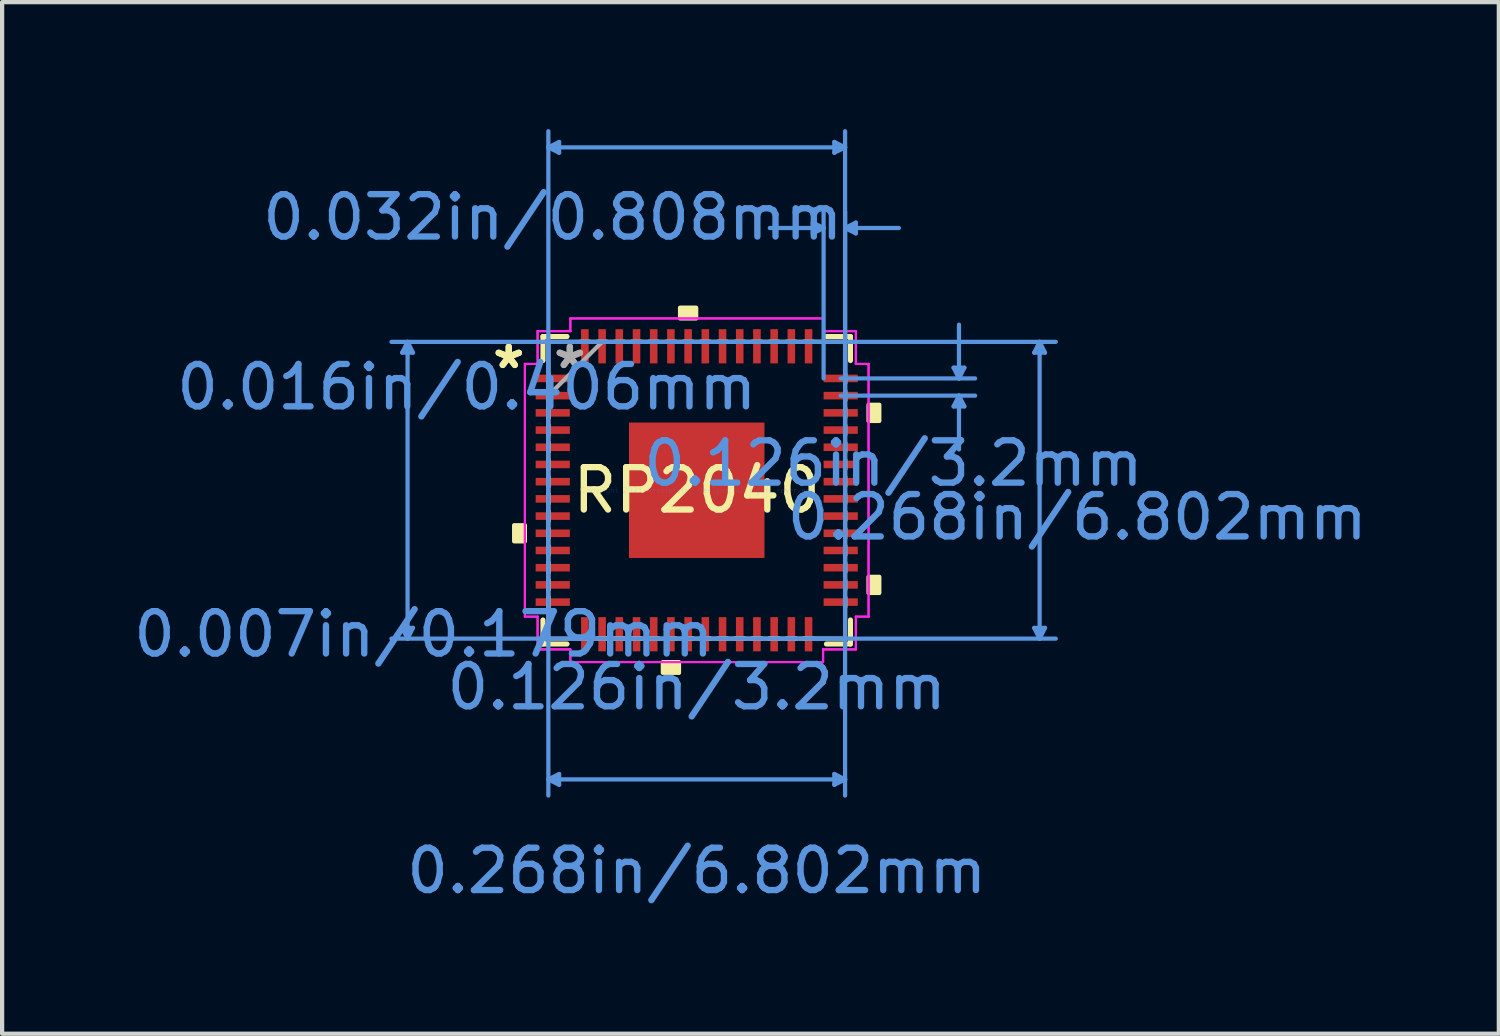
<source format=kicad_pcb>
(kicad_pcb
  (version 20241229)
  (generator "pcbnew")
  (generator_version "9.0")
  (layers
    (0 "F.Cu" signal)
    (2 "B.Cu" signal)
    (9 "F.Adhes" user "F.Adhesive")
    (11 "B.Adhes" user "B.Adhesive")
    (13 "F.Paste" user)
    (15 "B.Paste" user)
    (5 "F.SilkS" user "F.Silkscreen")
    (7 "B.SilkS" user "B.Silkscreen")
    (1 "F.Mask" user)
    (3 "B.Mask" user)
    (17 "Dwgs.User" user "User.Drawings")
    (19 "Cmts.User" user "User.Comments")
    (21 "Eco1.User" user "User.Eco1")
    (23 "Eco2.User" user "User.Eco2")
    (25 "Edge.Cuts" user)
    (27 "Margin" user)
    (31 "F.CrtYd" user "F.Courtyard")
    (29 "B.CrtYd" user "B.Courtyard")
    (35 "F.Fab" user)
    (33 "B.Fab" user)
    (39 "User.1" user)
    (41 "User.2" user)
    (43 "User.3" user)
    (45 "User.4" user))
  (footprint "RP2040"
    (layer "F.Cu")
    (at 13.408 8.531)
    (property "Reference" "RP2040" (at 0 0 0) (layer "F.SilkS") (effects (font (size 1 1) (thickness 0.15))))
    (attr through_hole)
    (fp_line (start -3.632 -3.632) (end -3.632 -3.064) (stroke (width 0.12) (type solid)) (layer "F.SilkS"))
    (fp_line (start -3.632 3.064) (end -3.632 3.632) (stroke (width 0.12) (type solid)) (layer "F.SilkS"))
    (fp_line (start -3.632 3.632) (end -3.064 3.632) (stroke (width 0.12) (type solid)) (layer "F.SilkS"))
    (fp_line (start -3.064 -3.632) (end -3.632 -3.632) (stroke (width 0.12) (type solid)) (layer "F.SilkS"))
    (fp_line (start 3.064 3.632) (end 3.632 3.632) (stroke (width 0.12) (type solid)) (layer "F.SilkS"))
    (fp_line (start 3.632 -3.632) (end 3.064 -3.632) (stroke (width 0.12) (type solid)) (layer "F.SilkS"))
    (fp_line (start 3.632 -3.064) (end 3.632 -3.632) (stroke (width 0.12) (type solid)) (layer "F.SilkS"))
    (fp_line (start 3.632 3.632) (end 3.632 3.064) (stroke (width 0.12) (type solid)) (layer "F.SilkS"))
    (fp_poly (pts (xy -4.313 0.826) (xy -4.313 1.206) (xy -4.059 1.206) (xy -4.059 0.826)) (stroke (width 0.1) (type solid)) (fill yes) (layer "F.SilkS"))
    (fp_poly (pts (xy -0.8 4.059) (xy -0.8 4.313) (xy -0.419 4.313) (xy -0.419 4.059)) (stroke (width 0.1) (type solid)) (fill yes) (layer "F.SilkS"))
    (fp_poly (pts (xy -0.394 -4.059) (xy -0.394 -4.313) (xy -0.013 -4.313) (xy -0.013 -4.059)) (stroke (width 0.1) (type solid)) (fill yes) (layer "F.SilkS"))
    (fp_poly (pts (xy 4.313 -2.019) (xy 4.313 -1.638) (xy 4.059 -1.638) (xy 4.059 -2.019)) (stroke (width 0.1) (type solid)) (fill yes) (layer "F.SilkS"))
    (fp_poly (pts (xy 4.313 2.045) (xy 4.313 2.426) (xy 4.059 2.426) (xy 4.059 2.045)) (stroke (width 0.1) (type solid)) (fill yes) (layer "F.SilkS"))
    (fp_poly (pts (xy -1.5 -1.5) (xy -1.5 -0.1) (xy -0.1 -0.1) (xy -0.1 -1.5)) (stroke (width 0.1) (type solid)) (fill yes) (layer "F.Paste"))
    (fp_poly (pts (xy -1.5 0.1) (xy -1.5 1.5) (xy -0.1 1.5) (xy -0.1 0.1)) (stroke (width 0.1) (type solid)) (fill yes) (layer "F.Paste"))
    (fp_poly (pts (xy 0.1 -1.5) (xy 0.1 -0.1) (xy 1.5 -0.1) (xy 1.5 -1.5)) (stroke (width 0.1) (type solid)) (fill yes) (layer "F.Paste"))
    (fp_poly (pts (xy 0.1 0.1) (xy 0.1 1.5) (xy 1.5 1.5) (xy 1.5 0.1)) (stroke (width 0.1) (type solid)) (fill yes) (layer "F.Paste"))
    (fp_line (start -6.957 -3.251) (end -6.703 -3.251) (stroke (width 0.1) (type solid)) (layer "Cmts.User"))
    (fp_line (start -6.957 3.251) (end -6.703 3.251) (stroke (width 0.1) (type solid)) (layer "Cmts.User"))
    (fp_line (start -6.83 -3.505) (end -6.957 -3.251) (stroke (width 0.1) (type solid)) (layer "Cmts.User"))
    (fp_line (start -6.83 -3.505) (end -6.83 3.505) (stroke (width 0.1) (type solid)) (layer "Cmts.User"))
    (fp_line (start -6.83 -3.505) (end -6.703 -3.251) (stroke (width 0.1) (type solid)) (layer "Cmts.User"))
    (fp_line (start -6.83 3.505) (end -6.957 3.251) (stroke (width 0.1) (type solid)) (layer "Cmts.User"))
    (fp_line (start -6.83 3.505) (end -6.703 3.251) (stroke (width 0.1) (type solid)) (layer "Cmts.User"))
    (fp_line (start -3.505 -8.1) (end -3.251 -8.227) (stroke (width 0.1) (type solid)) (layer "Cmts.User"))
    (fp_line (start -3.505 -8.1) (end -3.251 -7.973) (stroke (width 0.1) (type solid)) (layer "Cmts.User"))
    (fp_line (start -3.505 -8.1) (end 3.505 -8.1) (stroke (width 0.1) (type solid)) (layer "Cmts.User"))
    (fp_line (start -3.505 -3.505) (end -3.505 7.211) (stroke (width 0.1) (type solid)) (layer "Cmts.User"))
    (fp_line (start -3.505 -2.642) (end -3.505 -8.481) (stroke (width 0.1) (type solid)) (layer "Cmts.User"))
    (fp_line (start -3.505 6.83) (end -3.251 6.703) (stroke (width 0.1) (type solid)) (layer "Cmts.User"))
    (fp_line (start -3.505 6.83) (end -3.251 6.957) (stroke (width 0.1) (type solid)) (layer "Cmts.User"))
    (fp_line (start -3.505 6.83) (end 3.505 6.83) (stroke (width 0.1) (type solid)) (layer "Cmts.User"))
    (fp_line (start -3.251 -8.227) (end -3.251 -7.973) (stroke (width 0.1) (type solid)) (layer "Cmts.User"))
    (fp_line (start -3.251 6.703) (end -3.251 6.957) (stroke (width 0.1) (type solid)) (layer "Cmts.User"))
    (fp_line (start 2.642 -3.505) (end 8.481 -3.505) (stroke (width 0.1) (type solid)) (layer "Cmts.User"))
    (fp_line (start 2.642 3.505) (end 8.481 3.505) (stroke (width 0.1) (type solid)) (layer "Cmts.User"))
    (fp_line (start 2.743 -6.322) (end 2.743 -6.068) (stroke (width 0.1) (type solid)) (layer "Cmts.User"))
    (fp_line (start 2.997 -6.195) (end 1.727 -6.195) (stroke (width 0.1) (type solid)) (layer "Cmts.User"))
    (fp_line (start 2.997 -6.195) (end 2.743 -6.322) (stroke (width 0.1) (type solid)) (layer "Cmts.User"))
    (fp_line (start 2.997 -6.195) (end 2.743 -6.068) (stroke (width 0.1) (type solid)) (layer "Cmts.User"))
    (fp_line (start 2.997 -2.642) (end 2.997 -6.576) (stroke (width 0.1) (type solid)) (layer "Cmts.User"))
    (fp_line (start 3.251 -8.227) (end 3.251 -7.973) (stroke (width 0.1) (type solid)) (layer "Cmts.User"))
    (fp_line (start 3.251 6.703) (end 3.251 6.957) (stroke (width 0.1) (type solid)) (layer "Cmts.User"))
    (fp_line (start 3.401 -2.642) (end 6.576 -2.642) (stroke (width 0.1) (type solid)) (layer "Cmts.User"))
    (fp_line (start 3.401 -2.235) (end 6.576 -2.235) (stroke (width 0.1) (type solid)) (layer "Cmts.User"))
    (fp_line (start 3.505 -8.1) (end 3.251 -8.227) (stroke (width 0.1) (type solid)) (layer "Cmts.User"))
    (fp_line (start 3.505 -8.1) (end 3.251 -7.973) (stroke (width 0.1) (type solid)) (layer "Cmts.User"))
    (fp_line (start 3.505 -6.195) (end 3.759 -6.322) (stroke (width 0.1) (type solid)) (layer "Cmts.User"))
    (fp_line (start 3.505 -6.195) (end 3.759 -6.068) (stroke (width 0.1) (type solid)) (layer "Cmts.User"))
    (fp_line (start 3.505 -6.195) (end 4.775 -6.195) (stroke (width 0.1) (type solid)) (layer "Cmts.User"))
    (fp_line (start 3.505 -3.505) (end -7.211 -3.505) (stroke (width 0.1) (type solid)) (layer "Cmts.User"))
    (fp_line (start 3.505 -3.505) (end 3.505 7.211) (stroke (width 0.1) (type solid)) (layer "Cmts.User"))
    (fp_line (start 3.505 -2.642) (end 3.505 -8.481) (stroke (width 0.1) (type solid)) (layer "Cmts.User"))
    (fp_line (start 3.505 -2.642) (end 3.505 -6.576) (stroke (width 0.1) (type solid)) (layer "Cmts.User"))
    (fp_line (start 3.505 3.505) (end -7.211 3.505) (stroke (width 0.1) (type solid)) (layer "Cmts.User"))
    (fp_line (start 3.505 6.83) (end 3.251 6.703) (stroke (width 0.1) (type solid)) (layer "Cmts.User"))
    (fp_line (start 3.505 6.83) (end 3.251 6.957) (stroke (width 0.1) (type solid)) (layer "Cmts.User"))
    (fp_line (start 3.759 -6.322) (end 3.759 -6.068) (stroke (width 0.1) (type solid)) (layer "Cmts.User"))
    (fp_line (start 6.068 -2.896) (end 6.322 -2.896) (stroke (width 0.1) (type solid)) (layer "Cmts.User"))
    (fp_line (start 6.068 -1.981) (end 6.322 -1.981) (stroke (width 0.1) (type solid)) (layer "Cmts.User"))
    (fp_line (start 6.195 -2.642) (end 6.068 -2.896) (stroke (width 0.1) (type solid)) (layer "Cmts.User"))
    (fp_line (start 6.195 -2.642) (end 6.195 -3.912) (stroke (width 0.1) (type solid)) (layer "Cmts.User"))
    (fp_line (start 6.195 -2.642) (end 6.322 -2.896) (stroke (width 0.1) (type solid)) (layer "Cmts.User"))
    (fp_line (start 6.195 -2.235) (end 6.068 -1.981) (stroke (width 0.1) (type solid)) (layer "Cmts.User"))
    (fp_line (start 6.195 -2.235) (end 6.195 -0.965) (stroke (width 0.1) (type solid)) (layer "Cmts.User"))
    (fp_line (start 6.195 -2.235) (end 6.322 -1.981) (stroke (width 0.1) (type solid)) (layer "Cmts.User"))
    (fp_line (start 7.973 -3.251) (end 8.227 -3.251) (stroke (width 0.1) (type solid)) (layer "Cmts.User"))
    (fp_line (start 7.973 3.251) (end 8.227 3.251) (stroke (width 0.1) (type solid)) (layer "Cmts.User"))
    (fp_line (start 8.1 -3.505) (end 7.973 -3.251) (stroke (width 0.1) (type solid)) (layer "Cmts.User"))
    (fp_line (start 8.1 -3.505) (end 8.1 3.505) (stroke (width 0.1) (type solid)) (layer "Cmts.User"))
    (fp_line (start 8.1 -3.505) (end 8.227 -3.251) (stroke (width 0.1) (type solid)) (layer "Cmts.User"))
    (fp_line (start 8.1 3.505) (end 7.973 3.251) (stroke (width 0.1) (type solid)) (layer "Cmts.User"))
    (fp_line (start 8.1 3.505) (end 8.227 3.251) (stroke (width 0.1) (type solid)) (layer "Cmts.User"))
    (fp_line (start -4.059 -2.985) (end -3.759 -2.985) (stroke (width 0.05) (type solid)) (layer "F.CrtYd"))
    (fp_line (start -4.059 -2.985) (end -3.759 -2.985) (stroke (width 0.05) (type solid)) (layer "F.CrtYd"))
    (fp_line (start -4.059 2.985) (end -4.059 -2.985) (stroke (width 0.05) (type solid)) (layer "F.CrtYd"))
    (fp_line (start -4.059 2.985) (end -4.059 -2.985) (stroke (width 0.05) (type solid)) (layer "F.CrtYd"))
    (fp_line (start -3.759 -3.759) (end -2.985 -3.759) (stroke (width 0.05) (type solid)) (layer "F.CrtYd"))
    (fp_line (start -3.759 -3.759) (end -2.985 -3.759) (stroke (width 0.05) (type solid)) (layer "F.CrtYd"))
    (fp_line (start -3.759 -2.985) (end -3.759 -3.759) (stroke (width 0.05) (type solid)) (layer "F.CrtYd"))
    (fp_line (start -3.759 -2.985) (end -3.759 -3.759) (stroke (width 0.05) (type solid)) (layer "F.CrtYd"))
    (fp_line (start -3.759 2.985) (end -4.059 2.985) (stroke (width 0.05) (type solid)) (layer "F.CrtYd"))
    (fp_line (start -3.759 2.985) (end -4.059 2.985) (stroke (width 0.05) (type solid)) (layer "F.CrtYd"))
    (fp_line (start -3.759 3.759) (end -3.759 2.985) (stroke (width 0.05) (type solid)) (layer "F.CrtYd"))
    (fp_line (start -3.759 3.759) (end -3.759 2.985) (stroke (width 0.05) (type solid)) (layer "F.CrtYd"))
    (fp_line (start -2.985 -4.059) (end 2.985 -4.059) (stroke (width 0.05) (type solid)) (layer "F.CrtYd"))
    (fp_line (start -2.985 -4.059) (end 2.985 -4.059) (stroke (width 0.05) (type solid)) (layer "F.CrtYd"))
    (fp_line (start -2.985 -3.759) (end -2.985 -4.059) (stroke (width 0.05) (type solid)) (layer "F.CrtYd"))
    (fp_line (start -2.985 -3.759) (end -2.985 -4.059) (stroke (width 0.05) (type solid)) (layer "F.CrtYd"))
    (fp_line (start -2.985 3.759) (end -3.759 3.759) (stroke (width 0.05) (type solid)) (layer "F.CrtYd"))
    (fp_line (start -2.985 3.759) (end -3.759 3.759) (stroke (width 0.05) (type solid)) (layer "F.CrtYd"))
    (fp_line (start -2.985 4.059) (end -2.985 3.759) (stroke (width 0.05) (type solid)) (layer "F.CrtYd"))
    (fp_line (start -2.985 4.059) (end -2.985 3.759) (stroke (width 0.05) (type solid)) (layer "F.CrtYd"))
    (fp_line (start 2.985 -4.059) (end 2.985 -3.759) (stroke (width 0.05) (type solid)) (layer "F.CrtYd"))
    (fp_line (start 2.985 -4.059) (end 2.985 -3.759) (stroke (width 0.05) (type solid)) (layer "F.CrtYd"))
    (fp_line (start 2.985 -3.759) (end 3.759 -3.759) (stroke (width 0.05) (type solid)) (layer "F.CrtYd"))
    (fp_line (start 2.985 -3.759) (end 3.759 -3.759) (stroke (width 0.05) (type solid)) (layer "F.CrtYd"))
    (fp_line (start 2.985 3.759) (end 2.985 4.059) (stroke (width 0.05) (type solid)) (layer "F.CrtYd"))
    (fp_line (start 2.985 3.759) (end 2.985 4.059) (stroke (width 0.05) (type solid)) (layer "F.CrtYd"))
    (fp_line (start 2.985 4.059) (end -2.985 4.059) (stroke (width 0.05) (type solid)) (layer "F.CrtYd"))
    (fp_line (start 2.985 4.059) (end -2.985 4.059) (stroke (width 0.05) (type solid)) (layer "F.CrtYd"))
    (fp_line (start 3.759 -3.759) (end 3.759 -2.985) (stroke (width 0.05) (type solid)) (layer "F.CrtYd"))
    (fp_line (start 3.759 -3.759) (end 3.759 -2.985) (stroke (width 0.05) (type solid)) (layer "F.CrtYd"))
    (fp_line (start 3.759 -2.985) (end 4.059 -2.985) (stroke (width 0.05) (type solid)) (layer "F.CrtYd"))
    (fp_line (start 3.759 -2.985) (end 4.059 -2.985) (stroke (width 0.05) (type solid)) (layer "F.CrtYd"))
    (fp_line (start 3.759 2.985) (end 3.759 3.759) (stroke (width 0.05) (type solid)) (layer "F.CrtYd"))
    (fp_line (start 3.759 2.985) (end 3.759 3.759) (stroke (width 0.05) (type solid)) (layer "F.CrtYd"))
    (fp_line (start 3.759 3.759) (end 2.985 3.759) (stroke (width 0.05) (type solid)) (layer "F.CrtYd"))
    (fp_line (start 3.759 3.759) (end 2.985 3.759) (stroke (width 0.05) (type solid)) (layer "F.CrtYd"))
    (fp_line (start 4.059 -2.985) (end 4.059 2.985) (stroke (width 0.05) (type solid)) (layer "F.CrtYd"))
    (fp_line (start 4.059 -2.985) (end 4.059 2.985) (stroke (width 0.05) (type solid)) (layer "F.CrtYd"))
    (fp_line (start 4.059 2.985) (end 3.759 2.985) (stroke (width 0.05) (type solid)) (layer "F.CrtYd"))
    (fp_line (start 4.059 2.985) (end 3.759 2.985) (stroke (width 0.05) (type solid)) (layer "F.CrtYd"))
    (fp_line (start -3.505 -3.505) (end -3.505 -3.505) (stroke (width 0.1) (type solid)) (layer "F.Fab"))
    (fp_line (start -3.505 -3.505) (end -3.505 3.505) (stroke (width 0.1) (type solid)) (layer "F.Fab"))
    (fp_line (start -3.505 -2.756) (end -3.505 -2.756) (stroke (width 0.1) (type solid)) (layer "F.Fab"))
    (fp_line (start -3.505 -2.756) (end -3.505 -2.527) (stroke (width 0.1) (type solid)) (layer "F.Fab"))
    (fp_line (start -3.505 -2.527) (end -3.505 -2.756) (stroke (width 0.1) (type solid)) (layer "F.Fab"))
    (fp_line (start -3.505 -2.527) (end -3.505 -2.527) (stroke (width 0.1) (type solid)) (layer "F.Fab"))
    (fp_line (start -3.505 -2.349) (end -3.505 -2.349) (stroke (width 0.1) (type solid)) (layer "F.Fab"))
    (fp_line (start -3.505 -2.349) (end -3.505 -2.121) (stroke (width 0.1) (type solid)) (layer "F.Fab"))
    (fp_line (start -3.505 -2.235) (end -2.235 -3.505) (stroke (width 0.1) (type solid)) (layer "F.Fab"))
    (fp_line (start -3.505 -2.121) (end -3.505 -2.349) (stroke (width 0.1) (type solid)) (layer "F.Fab"))
    (fp_line (start -3.505 -2.121) (end -3.505 -2.121) (stroke (width 0.1) (type solid)) (layer "F.Fab"))
    (fp_line (start -3.505 -1.943) (end -3.505 -1.943) (stroke (width 0.1) (type solid)) (layer "F.Fab"))
    (fp_line (start -3.505 -1.943) (end -3.505 -1.714) (stroke (width 0.1) (type solid)) (layer "F.Fab"))
    (fp_line (start -3.505 -1.714) (end -3.505 -1.943) (stroke (width 0.1) (type solid)) (layer "F.Fab"))
    (fp_line (start -3.505 -1.714) (end -3.505 -1.714) (stroke (width 0.1) (type solid)) (layer "F.Fab"))
    (fp_line (start -3.505 -1.537) (end -3.505 -1.537) (stroke (width 0.1) (type solid)) (layer "F.Fab"))
    (fp_line (start -3.505 -1.537) (end -3.505 -1.308) (stroke (width 0.1) (type solid)) (layer "F.Fab"))
    (fp_line (start -3.505 -1.308) (end -3.505 -1.537) (stroke (width 0.1) (type solid)) (layer "F.Fab"))
    (fp_line (start -3.505 -1.308) (end -3.505 -1.308) (stroke (width 0.1) (type solid)) (layer "F.Fab"))
    (fp_line (start -3.505 -1.13) (end -3.505 -1.13) (stroke (width 0.1) (type solid)) (layer "F.Fab"))
    (fp_line (start -3.505 -1.13) (end -3.505 -0.902) (stroke (width 0.1) (type solid)) (layer "F.Fab"))
    (fp_line (start -3.505 -0.902) (end -3.505 -1.13) (stroke (width 0.1) (type solid)) (layer "F.Fab"))
    (fp_line (start -3.505 -0.902) (end -3.505 -0.902) (stroke (width 0.1) (type solid)) (layer "F.Fab"))
    (fp_line (start -3.505 -0.724) (end -3.505 -0.724) (stroke (width 0.1) (type solid)) (layer "F.Fab"))
    (fp_line (start -3.505 -0.724) (end -3.505 -0.495) (stroke (width 0.1) (type solid)) (layer "F.Fab"))
    (fp_line (start -3.505 -0.495) (end -3.505 -0.724) (stroke (width 0.1) (type solid)) (layer "F.Fab"))
    (fp_line (start -3.505 -0.495) (end -3.505 -0.495) (stroke (width 0.1) (type solid)) (layer "F.Fab"))
    (fp_line (start -3.505 -0.318) (end -3.505 -0.318) (stroke (width 0.1) (type solid)) (layer "F.Fab"))
    (fp_line (start -3.505 -0.318) (end -3.505 -0.089) (stroke (width 0.1) (type solid)) (layer "F.Fab"))
    (fp_line (start -3.505 -0.089) (end -3.505 -0.318) (stroke (width 0.1) (type solid)) (layer "F.Fab"))
    (fp_line (start -3.505 -0.089) (end -3.505 -0.089) (stroke (width 0.1) (type solid)) (layer "F.Fab"))
    (fp_line (start -3.505 0.089) (end -3.505 0.089) (stroke (width 0.1) (type solid)) (layer "F.Fab"))
    (fp_line (start -3.505 0.089) (end -3.505 0.318) (stroke (width 0.1) (type solid)) (layer "F.Fab"))
    (fp_line (start -3.505 0.318) (end -3.505 0.089) (stroke (width 0.1) (type solid)) (layer "F.Fab"))
    (fp_line (start -3.505 0.318) (end -3.505 0.318) (stroke (width 0.1) (type solid)) (layer "F.Fab"))
    (fp_line (start -3.505 0.495) (end -3.505 0.495) (stroke (width 0.1) (type solid)) (layer "F.Fab"))
    (fp_line (start -3.505 0.495) (end -3.505 0.724) (stroke (width 0.1) (type solid)) (layer "F.Fab"))
    (fp_line (start -3.505 0.724) (end -3.505 0.495) (stroke (width 0.1) (type solid)) (layer "F.Fab"))
    (fp_line (start -3.505 0.724) (end -3.505 0.724) (stroke (width 0.1) (type solid)) (layer "F.Fab"))
    (fp_line (start -3.505 0.902) (end -3.505 0.902) (stroke (width 0.1) (type solid)) (layer "F.Fab"))
    (fp_line (start -3.505 0.902) (end -3.505 1.13) (stroke (width 0.1) (type solid)) (layer "F.Fab"))
    (fp_line (start -3.505 1.13) (end -3.505 0.902) (stroke (width 0.1) (type solid)) (layer "F.Fab"))
    (fp_line (start -3.505 1.13) (end -3.505 1.13) (stroke (width 0.1) (type solid)) (layer "F.Fab"))
    (fp_line (start -3.505 1.308) (end -3.505 1.308) (stroke (width 0.1) (type solid)) (layer "F.Fab"))
    (fp_line (start -3.505 1.308) (end -3.505 1.537) (stroke (width 0.1) (type solid)) (layer "F.Fab"))
    (fp_line (start -3.505 1.537) (end -3.505 1.308) (stroke (width 0.1) (type solid)) (layer "F.Fab"))
    (fp_line (start -3.505 1.537) (end -3.505 1.537) (stroke (width 0.1) (type solid)) (layer "F.Fab"))
    (fp_line (start -3.505 1.714) (end -3.505 1.714) (stroke (width 0.1) (type solid)) (layer "F.Fab"))
    (fp_line (start -3.505 1.714) (end -3.505 1.943) (stroke (width 0.1) (type solid)) (layer "F.Fab"))
    (fp_line (start -3.505 1.943) (end -3.505 1.714) (stroke (width 0.1) (type solid)) (layer "F.Fab"))
    (fp_line (start -3.505 1.943) (end -3.505 1.943) (stroke (width 0.1) (type solid)) (layer "F.Fab"))
    (fp_line (start -3.505 2.121) (end -3.505 2.121) (stroke (width 0.1) (type solid)) (layer "F.Fab"))
    (fp_line (start -3.505 2.121) (end -3.505 2.349) (stroke (width 0.1) (type solid)) (layer "F.Fab"))
    (fp_line (start -3.505 2.349) (end -3.505 2.121) (stroke (width 0.1) (type solid)) (layer "F.Fab"))
    (fp_line (start -3.505 2.349) (end -3.505 2.349) (stroke (width 0.1) (type solid)) (layer "F.Fab"))
    (fp_line (start -3.505 2.527) (end -3.505 2.527) (stroke (width 0.1) (type solid)) (layer "F.Fab"))
    (fp_line (start -3.505 2.527) (end -3.505 2.756) (stroke (width 0.1) (type solid)) (layer "F.Fab"))
    (fp_line (start -3.505 2.756) (end -3.505 2.527) (stroke (width 0.1) (type solid)) (layer "F.Fab"))
    (fp_line (start -3.505 2.756) (end -3.505 2.756) (stroke (width 0.1) (type solid)) (layer "F.Fab"))
    (fp_line (start -3.505 3.505) (end -3.505 3.505) (stroke (width 0.1) (type solid)) (layer "F.Fab"))
    (fp_line (start -3.505 3.505) (end 3.505 3.505) (stroke (width 0.1) (type solid)) (layer "F.Fab"))
    (fp_line (start -2.756 -3.505) (end -2.756 -3.505) (stroke (width 0.1) (type solid)) (layer "F.Fab"))
    (fp_line (start -2.756 -3.505) (end -2.527 -3.505) (stroke (width 0.1) (type solid)) (layer "F.Fab"))
    (fp_line (start -2.756 3.505) (end -2.756 3.505) (stroke (width 0.1) (type solid)) (layer "F.Fab"))
    (fp_line (start -2.756 3.505) (end -2.527 3.505) (stroke (width 0.1) (type solid)) (layer "F.Fab"))
    (fp_line (start -2.527 -3.505) (end -2.756 -3.505) (stroke (width 0.1) (type solid)) (layer "F.Fab"))
    (fp_line (start -2.527 -3.505) (end -2.527 -3.505) (stroke (width 0.1) (type solid)) (layer "F.Fab"))
    (fp_line (start -2.527 3.505) (end -2.756 3.505) (stroke (width 0.1) (type solid)) (layer "F.Fab"))
    (fp_line (start -2.527 3.505) (end -2.527 3.505) (stroke (width 0.1) (type solid)) (layer "F.Fab"))
    (fp_line (start -2.349 -3.505) (end -2.349 -3.505) (stroke (width 0.1) (type solid)) (layer "F.Fab"))
    (fp_line (start -2.349 -3.505) (end -2.121 -3.505) (stroke (width 0.1) (type solid)) (layer "F.Fab"))
    (fp_line (start -2.349 3.505) (end -2.349 3.505) (stroke (width 0.1) (type solid)) (layer "F.Fab"))
    (fp_line (start -2.349 3.505) (end -2.121 3.505) (stroke (width 0.1) (type solid)) (layer "F.Fab"))
    (fp_line (start -2.121 -3.505) (end -2.349 -3.505) (stroke (width 0.1) (type solid)) (layer "F.Fab"))
    (fp_line (start -2.121 -3.505) (end -2.121 -3.505) (stroke (width 0.1) (type solid)) (layer "F.Fab"))
    (fp_line (start -2.121 3.505) (end -2.349 3.505) (stroke (width 0.1) (type solid)) (layer "F.Fab"))
    (fp_line (start -2.121 3.505) (end -2.121 3.505) (stroke (width 0.1) (type solid)) (layer "F.Fab"))
    (fp_line (start -1.943 -3.505) (end -1.943 -3.505) (stroke (width 0.1) (type solid)) (layer "F.Fab"))
    (fp_line (start -1.943 -3.505) (end -1.714 -3.505) (stroke (width 0.1) (type solid)) (layer "F.Fab"))
    (fp_line (start -1.943 3.505) (end -1.943 3.505) (stroke (width 0.1) (type solid)) (layer "F.Fab"))
    (fp_line (start -1.943 3.505) (end -1.714 3.505) (stroke (width 0.1) (type solid)) (layer "F.Fab"))
    (fp_line (start -1.714 -3.505) (end -1.943 -3.505) (stroke (width 0.1) (type solid)) (layer "F.Fab"))
    (fp_line (start -1.714 -3.505) (end -1.714 -3.505) (stroke (width 0.1) (type solid)) (layer "F.Fab"))
    (fp_line (start -1.714 3.505) (end -1.943 3.505) (stroke (width 0.1) (type solid)) (layer "F.Fab"))
    (fp_line (start -1.714 3.505) (end -1.714 3.505) (stroke (width 0.1) (type solid)) (layer "F.Fab"))
    (fp_line (start -1.537 -3.505) (end -1.537 -3.505) (stroke (width 0.1) (type solid)) (layer "F.Fab"))
    (fp_line (start -1.537 -3.505) (end -1.308 -3.505) (stroke (width 0.1) (type solid)) (layer "F.Fab"))
    (fp_line (start -1.537 3.505) (end -1.537 3.505) (stroke (width 0.1) (type solid)) (layer "F.Fab"))
    (fp_line (start -1.537 3.505) (end -1.308 3.505) (stroke (width 0.1) (type solid)) (layer "F.Fab"))
    (fp_line (start -1.308 -3.505) (end -1.537 -3.505) (stroke (width 0.1) (type solid)) (layer "F.Fab"))
    (fp_line (start -1.308 -3.505) (end -1.308 -3.505) (stroke (width 0.1) (type solid)) (layer "F.Fab"))
    (fp_line (start -1.308 3.505) (end -1.537 3.505) (stroke (width 0.1) (type solid)) (layer "F.Fab"))
    (fp_line (start -1.308 3.505) (end -1.308 3.505) (stroke (width 0.1) (type solid)) (layer "F.Fab"))
    (fp_line (start -1.13 -3.505) (end -1.13 -3.505) (stroke (width 0.1) (type solid)) (layer "F.Fab"))
    (fp_line (start -1.13 -3.505) (end -0.902 -3.505) (stroke (width 0.1) (type solid)) (layer "F.Fab"))
    (fp_line (start -1.13 3.505) (end -1.13 3.505) (stroke (width 0.1) (type solid)) (layer "F.Fab"))
    (fp_line (start -1.13 3.505) (end -0.902 3.505) (stroke (width 0.1) (type solid)) (layer "F.Fab"))
    (fp_line (start -0.902 -3.505) (end -1.13 -3.505) (stroke (width 0.1) (type solid)) (layer "F.Fab"))
    (fp_line (start -0.902 -3.505) (end -0.902 -3.505) (stroke (width 0.1) (type solid)) (layer "F.Fab"))
    (fp_line (start -0.902 3.505) (end -1.13 3.505) (stroke (width 0.1) (type solid)) (layer "F.Fab"))
    (fp_line (start -0.902 3.505) (end -0.902 3.505) (stroke (width 0.1) (type solid)) (layer "F.Fab"))
    (fp_line (start -0.724 -3.505) (end -0.724 -3.505) (stroke (width 0.1) (type solid)) (layer "F.Fab"))
    (fp_line (start -0.724 -3.505) (end -0.495 -3.505) (stroke (width 0.1) (type solid)) (layer "F.Fab"))
    (fp_line (start -0.724 3.505) (end -0.724 3.505) (stroke (width 0.1) (type solid)) (layer "F.Fab"))
    (fp_line (start -0.724 3.505) (end -0.495 3.505) (stroke (width 0.1) (type solid)) (layer "F.Fab"))
    (fp_line (start -0.495 -3.505) (end -0.724 -3.505) (stroke (width 0.1) (type solid)) (layer "F.Fab"))
    (fp_line (start -0.495 -3.505) (end -0.495 -3.505) (stroke (width 0.1) (type solid)) (layer "F.Fab"))
    (fp_line (start -0.495 3.505) (end -0.724 3.505) (stroke (width 0.1) (type solid)) (layer "F.Fab"))
    (fp_line (start -0.495 3.505) (end -0.495 3.505) (stroke (width 0.1) (type solid)) (layer "F.Fab"))
    (fp_line (start -0.318 -3.505) (end -0.318 -3.505) (stroke (width 0.1) (type solid)) (layer "F.Fab"))
    (fp_line (start -0.318 -3.505) (end -0.089 -3.505) (stroke (width 0.1) (type solid)) (layer "F.Fab"))
    (fp_line (start -0.318 3.505) (end -0.318 3.505) (stroke (width 0.1) (type solid)) (layer "F.Fab"))
    (fp_line (start -0.318 3.505) (end -0.089 3.505) (stroke (width 0.1) (type solid)) (layer "F.Fab"))
    (fp_line (start -0.089 -3.505) (end -0.318 -3.505) (stroke (width 0.1) (type solid)) (layer "F.Fab"))
    (fp_line (start -0.089 -3.505) (end -0.089 -3.505) (stroke (width 0.1) (type solid)) (layer "F.Fab"))
    (fp_line (start -0.089 3.505) (end -0.318 3.505) (stroke (width 0.1) (type solid)) (layer "F.Fab"))
    (fp_line (start -0.089 3.505) (end -0.089 3.505) (stroke (width 0.1) (type solid)) (layer "F.Fab"))
    (fp_line (start 0.089 -3.505) (end 0.089 -3.505) (stroke (width 0.1) (type solid)) (layer "F.Fab"))
    (fp_line (start 0.089 -3.505) (end 0.318 -3.505) (stroke (width 0.1) (type solid)) (layer "F.Fab"))
    (fp_line (start 0.089 3.505) (end 0.089 3.505) (stroke (width 0.1) (type solid)) (layer "F.Fab"))
    (fp_line (start 0.089 3.505) (end 0.318 3.505) (stroke (width 0.1) (type solid)) (layer "F.Fab"))
    (fp_line (start 0.318 -3.505) (end 0.089 -3.505) (stroke (width 0.1) (type solid)) (layer "F.Fab"))
    (fp_line (start 0.318 -3.505) (end 0.318 -3.505) (stroke (width 0.1) (type solid)) (layer "F.Fab"))
    (fp_line (start 0.318 3.505) (end 0.089 3.505) (stroke (width 0.1) (type solid)) (layer "F.Fab"))
    (fp_line (start 0.318 3.505) (end 0.318 3.505) (stroke (width 0.1) (type solid)) (layer "F.Fab"))
    (fp_line (start 0.495 -3.505) (end 0.495 -3.505) (stroke (width 0.1) (type solid)) (layer "F.Fab"))
    (fp_line (start 0.495 -3.505) (end 0.724 -3.505) (stroke (width 0.1) (type solid)) (layer "F.Fab"))
    (fp_line (start 0.495 3.505) (end 0.495 3.505) (stroke (width 0.1) (type solid)) (layer "F.Fab"))
    (fp_line (start 0.495 3.505) (end 0.724 3.505) (stroke (width 0.1) (type solid)) (layer "F.Fab"))
    (fp_line (start 0.724 -3.505) (end 0.495 -3.505) (stroke (width 0.1) (type solid)) (layer "F.Fab"))
    (fp_line (start 0.724 -3.505) (end 0.724 -3.505) (stroke (width 0.1) (type solid)) (layer "F.Fab"))
    (fp_line (start 0.724 3.505) (end 0.495 3.505) (stroke (width 0.1) (type solid)) (layer "F.Fab"))
    (fp_line (start 0.724 3.505) (end 0.724 3.505) (stroke (width 0.1) (type solid)) (layer "F.Fab"))
    (fp_line (start 0.902 -3.505) (end 0.902 -3.505) (stroke (width 0.1) (type solid)) (layer "F.Fab"))
    (fp_line (start 0.902 -3.505) (end 1.13 -3.505) (stroke (width 0.1) (type solid)) (layer "F.Fab"))
    (fp_line (start 0.902 3.505) (end 0.902 3.505) (stroke (width 0.1) (type solid)) (layer "F.Fab"))
    (fp_line (start 0.902 3.505) (end 1.13 3.505) (stroke (width 0.1) (type solid)) (layer "F.Fab"))
    (fp_line (start 1.13 -3.505) (end 0.902 -3.505) (stroke (width 0.1) (type solid)) (layer "F.Fab"))
    (fp_line (start 1.13 -3.505) (end 1.13 -3.505) (stroke (width 0.1) (type solid)) (layer "F.Fab"))
    (fp_line (start 1.13 3.505) (end 0.902 3.505) (stroke (width 0.1) (type solid)) (layer "F.Fab"))
    (fp_line (start 1.13 3.505) (end 1.13 3.505) (stroke (width 0.1) (type solid)) (layer "F.Fab"))
    (fp_line (start 1.308 -3.505) (end 1.308 -3.505) (stroke (width 0.1) (type solid)) (layer "F.Fab"))
    (fp_line (start 1.308 -3.505) (end 1.537 -3.505) (stroke (width 0.1) (type solid)) (layer "F.Fab"))
    (fp_line (start 1.308 3.505) (end 1.308 3.505) (stroke (width 0.1) (type solid)) (layer "F.Fab"))
    (fp_line (start 1.308 3.505) (end 1.537 3.505) (stroke (width 0.1) (type solid)) (layer "F.Fab"))
    (fp_line (start 1.537 -3.505) (end 1.308 -3.505) (stroke (width 0.1) (type solid)) (layer "F.Fab"))
    (fp_line (start 1.537 -3.505) (end 1.537 -3.505) (stroke (width 0.1) (type solid)) (layer "F.Fab"))
    (fp_line (start 1.537 3.505) (end 1.308 3.505) (stroke (width 0.1) (type solid)) (layer "F.Fab"))
    (fp_line (start 1.537 3.505) (end 1.537 3.505) (stroke (width 0.1) (type solid)) (layer "F.Fab"))
    (fp_line (start 1.714 -3.505) (end 1.714 -3.505) (stroke (width 0.1) (type solid)) (layer "F.Fab"))
    (fp_line (start 1.714 -3.505) (end 1.943 -3.505) (stroke (width 0.1) (type solid)) (layer "F.Fab"))
    (fp_line (start 1.714 3.505) (end 1.714 3.505) (stroke (width 0.1) (type solid)) (layer "F.Fab"))
    (fp_line (start 1.714 3.505) (end 1.943 3.505) (stroke (width 0.1) (type solid)) (layer "F.Fab"))
    (fp_line (start 1.943 -3.505) (end 1.714 -3.505) (stroke (width 0.1) (type solid)) (layer "F.Fab"))
    (fp_line (start 1.943 -3.505) (end 1.943 -3.505) (stroke (width 0.1) (type solid)) (layer "F.Fab"))
    (fp_line (start 1.943 3.505) (end 1.714 3.505) (stroke (width 0.1) (type solid)) (layer "F.Fab"))
    (fp_line (start 1.943 3.505) (end 1.943 3.505) (stroke (width 0.1) (type solid)) (layer "F.Fab"))
    (fp_line (start 2.121 -3.505) (end 2.121 -3.505) (stroke (width 0.1) (type solid)) (layer "F.Fab"))
    (fp_line (start 2.121 -3.505) (end 2.349 -3.505) (stroke (width 0.1) (type solid)) (layer "F.Fab"))
    (fp_line (start 2.121 3.505) (end 2.121 3.505) (stroke (width 0.1) (type solid)) (layer "F.Fab"))
    (fp_line (start 2.121 3.505) (end 2.349 3.505) (stroke (width 0.1) (type solid)) (layer "F.Fab"))
    (fp_line (start 2.349 -3.505) (end 2.121 -3.505) (stroke (width 0.1) (type solid)) (layer "F.Fab"))
    (fp_line (start 2.349 -3.505) (end 2.349 -3.505) (stroke (width 0.1) (type solid)) (layer "F.Fab"))
    (fp_line (start 2.349 3.505) (end 2.121 3.505) (stroke (width 0.1) (type solid)) (layer "F.Fab"))
    (fp_line (start 2.349 3.505) (end 2.349 3.505) (stroke (width 0.1) (type solid)) (layer "F.Fab"))
    (fp_line (start 2.527 -3.505) (end 2.527 -3.505) (stroke (width 0.1) (type solid)) (layer "F.Fab"))
    (fp_line (start 2.527 -3.505) (end 2.756 -3.505) (stroke (width 0.1) (type solid)) (layer "F.Fab"))
    (fp_line (start 2.527 3.505) (end 2.527 3.505) (stroke (width 0.1) (type solid)) (layer "F.Fab"))
    (fp_line (start 2.527 3.505) (end 2.756 3.505) (stroke (width 0.1) (type solid)) (layer "F.Fab"))
    (fp_line (start 2.756 -3.505) (end 2.527 -3.505) (stroke (width 0.1) (type solid)) (layer "F.Fab"))
    (fp_line (start 2.756 -3.505) (end 2.756 -3.505) (stroke (width 0.1) (type solid)) (layer "F.Fab"))
    (fp_line (start 2.756 3.505) (end 2.527 3.505) (stroke (width 0.1) (type solid)) (layer "F.Fab"))
    (fp_line (start 2.756 3.505) (end 2.756 3.505) (stroke (width 0.1) (type solid)) (layer "F.Fab"))
    (fp_line (start 3.505 -3.505) (end -3.505 -3.505) (stroke (width 0.1) (type solid)) (layer "F.Fab"))
    (fp_line (start 3.505 -3.505) (end 3.505 -3.505) (stroke (width 0.1) (type solid)) (layer "F.Fab"))
    (fp_line (start 3.505 -2.756) (end 3.505 -2.756) (stroke (width 0.1) (type solid)) (layer "F.Fab"))
    (fp_line (start 3.505 -2.756) (end 3.505 -2.527) (stroke (width 0.1) (type solid)) (layer "F.Fab"))
    (fp_line (start 3.505 -2.527) (end 3.505 -2.756) (stroke (width 0.1) (type solid)) (layer "F.Fab"))
    (fp_line (start 3.505 -2.527) (end 3.505 -2.527) (stroke (width 0.1) (type solid)) (layer "F.Fab"))
    (fp_line (start 3.505 -2.349) (end 3.505 -2.349) (stroke (width 0.1) (type solid)) (layer "F.Fab"))
    (fp_line (start 3.505 -2.349) (end 3.505 -2.121) (stroke (width 0.1) (type solid)) (layer "F.Fab"))
    (fp_line (start 3.505 -2.121) (end 3.505 -2.349) (stroke (width 0.1) (type solid)) (layer "F.Fab"))
    (fp_line (start 3.505 -2.121) (end 3.505 -2.121) (stroke (width 0.1) (type solid)) (layer "F.Fab"))
    (fp_line (start 3.505 -1.943) (end 3.505 -1.943) (stroke (width 0.1) (type solid)) (layer "F.Fab"))
    (fp_line (start 3.505 -1.943) (end 3.505 -1.714) (stroke (width 0.1) (type solid)) (layer "F.Fab"))
    (fp_line (start 3.505 -1.714) (end 3.505 -1.943) (stroke (width 0.1) (type solid)) (layer "F.Fab"))
    (fp_line (start 3.505 -1.714) (end 3.505 -1.714) (stroke (width 0.1) (type solid)) (layer "F.Fab"))
    (fp_line (start 3.505 -1.537) (end 3.505 -1.537) (stroke (width 0.1) (type solid)) (layer "F.Fab"))
    (fp_line (start 3.505 -1.537) (end 3.505 -1.308) (stroke (width 0.1) (type solid)) (layer "F.Fab"))
    (fp_line (start 3.505 -1.308) (end 3.505 -1.537) (stroke (width 0.1) (type solid)) (layer "F.Fab"))
    (fp_line (start 3.505 -1.308) (end 3.505 -1.308) (stroke (width 0.1) (type solid)) (layer "F.Fab"))
    (fp_line (start 3.505 -1.13) (end 3.505 -1.13) (stroke (width 0.1) (type solid)) (layer "F.Fab"))
    (fp_line (start 3.505 -1.13) (end 3.505 -0.902) (stroke (width 0.1) (type solid)) (layer "F.Fab"))
    (fp_line (start 3.505 -0.902) (end 3.505 -1.13) (stroke (width 0.1) (type solid)) (layer "F.Fab"))
    (fp_line (start 3.505 -0.902) (end 3.505 -0.902) (stroke (width 0.1) (type solid)) (layer "F.Fab"))
    (fp_line (start 3.505 -0.724) (end 3.505 -0.724) (stroke (width 0.1) (type solid)) (layer "F.Fab"))
    (fp_line (start 3.505 -0.724) (end 3.505 -0.495) (stroke (width 0.1) (type solid)) (layer "F.Fab"))
    (fp_line (start 3.505 -0.495) (end 3.505 -0.724) (stroke (width 0.1) (type solid)) (layer "F.Fab"))
    (fp_line (start 3.505 -0.495) (end 3.505 -0.495) (stroke (width 0.1) (type solid)) (layer "F.Fab"))
    (fp_line (start 3.505 -0.318) (end 3.505 -0.318) (stroke (width 0.1) (type solid)) (layer "F.Fab"))
    (fp_line (start 3.505 -0.318) (end 3.505 -0.089) (stroke (width 0.1) (type solid)) (layer "F.Fab"))
    (fp_line (start 3.505 -0.089) (end 3.505 -0.318) (stroke (width 0.1) (type solid)) (layer "F.Fab"))
    (fp_line (start 3.505 -0.089) (end 3.505 -0.089) (stroke (width 0.1) (type solid)) (layer "F.Fab"))
    (fp_line (start 3.505 0.089) (end 3.505 0.089) (stroke (width 0.1) (type solid)) (layer "F.Fab"))
    (fp_line (start 3.505 0.089) (end 3.505 0.318) (stroke (width 0.1) (type solid)) (layer "F.Fab"))
    (fp_line (start 3.505 0.318) (end 3.505 0.089) (stroke (width 0.1) (type solid)) (layer "F.Fab"))
    (fp_line (start 3.505 0.318) (end 3.505 0.318) (stroke (width 0.1) (type solid)) (layer "F.Fab"))
    (fp_line (start 3.505 0.495) (end 3.505 0.495) (stroke (width 0.1) (type solid)) (layer "F.Fab"))
    (fp_line (start 3.505 0.495) (end 3.505 0.724) (stroke (width 0.1) (type solid)) (layer "F.Fab"))
    (fp_line (start 3.505 0.724) (end 3.505 0.495) (stroke (width 0.1) (type solid)) (layer "F.Fab"))
    (fp_line (start 3.505 0.724) (end 3.505 0.724) (stroke (width 0.1) (type solid)) (layer "F.Fab"))
    (fp_line (start 3.505 0.902) (end 3.505 0.902) (stroke (width 0.1) (type solid)) (layer "F.Fab"))
    (fp_line (start 3.505 0.902) (end 3.505 1.13) (stroke (width 0.1) (type solid)) (layer "F.Fab"))
    (fp_line (start 3.505 1.13) (end 3.505 0.902) (stroke (width 0.1) (type solid)) (layer "F.Fab"))
    (fp_line (start 3.505 1.13) (end 3.505 1.13) (stroke (width 0.1) (type solid)) (layer "F.Fab"))
    (fp_line (start 3.505 1.308) (end 3.505 1.308) (stroke (width 0.1) (type solid)) (layer "F.Fab"))
    (fp_line (start 3.505 1.308) (end 3.505 1.537) (stroke (width 0.1) (type solid)) (layer "F.Fab"))
    (fp_line (start 3.505 1.537) (end 3.505 1.308) (stroke (width 0.1) (type solid)) (layer "F.Fab"))
    (fp_line (start 3.505 1.537) (end 3.505 1.537) (stroke (width 0.1) (type solid)) (layer "F.Fab"))
    (fp_line (start 3.505 1.714) (end 3.505 1.714) (stroke (width 0.1) (type solid)) (layer "F.Fab"))
    (fp_line (start 3.505 1.714) (end 3.505 1.943) (stroke (width 0.1) (type solid)) (layer "F.Fab"))
    (fp_line (start 3.505 1.943) (end 3.505 1.714) (stroke (width 0.1) (type solid)) (layer "F.Fab"))
    (fp_line (start 3.505 1.943) (end 3.505 1.943) (stroke (width 0.1) (type solid)) (layer "F.Fab"))
    (fp_line (start 3.505 2.121) (end 3.505 2.121) (stroke (width 0.1) (type solid)) (layer "F.Fab"))
    (fp_line (start 3.505 2.121) (end 3.505 2.349) (stroke (width 0.1) (type solid)) (layer "F.Fab"))
    (fp_line (start 3.505 2.349) (end 3.505 2.121) (stroke (width 0.1) (type solid)) (layer "F.Fab"))
    (fp_line (start 3.505 2.349) (end 3.505 2.349) (stroke (width 0.1) (type solid)) (layer "F.Fab"))
    (fp_line (start 3.505 2.527) (end 3.505 2.527) (stroke (width 0.1) (type solid)) (layer "F.Fab"))
    (fp_line (start 3.505 2.527) (end 3.505 2.756) (stroke (width 0.1) (type solid)) (layer "F.Fab"))
    (fp_line (start 3.505 2.756) (end 3.505 2.527) (stroke (width 0.1) (type solid)) (layer "F.Fab"))
    (fp_line (start 3.505 2.756) (end 3.505 2.756) (stroke (width 0.1) (type solid)) (layer "F.Fab"))
    (fp_line (start 3.505 3.505) (end 3.505 -3.505) (stroke (width 0.1) (type solid)) (layer "F.Fab"))
    (fp_line (start 3.505 3.505) (end 3.505 3.505) (stroke (width 0.1) (type solid)) (layer "F.Fab"))
    (fp_text user "*" (at -4.44 -2.845 0) (layer "F.SilkS") (effects (font (size 1 1) (thickness 0.15))))
    (fp_text user "*" (at -4.44 -2.845 0) (layer "F.SilkS") (effects (font (size 1 1) (thickness 0.15))))
    (fp_text user "0.126in/3.2mm" (at 0 4.648 0) (layer "Cmts.User") (effects (font (size 1 1) (thickness 0.15))))
    (fp_text user "0.032in/0.808mm" (at -3.401 -6.449 0) (layer "Cmts.User") (effects (font (size 1 1) (thickness 0.15))))
    (fp_text user "0.268in/6.802mm" (at 8.989 0.635 0) (layer "Cmts.User") (effects (font (size 1 1) (thickness 0.15))))
    (fp_text user "0.016in/0.406mm" (at -5.433 -2.438 0) (layer "Cmts.User") (effects (font (size 1 1) (thickness 0.15))))
    (fp_text user "0.007in/0.179mm" (at -6.449 3.401 0) (layer "Cmts.User") (effects (font (size 1 1) (thickness 0.15))))
    (fp_text user "Copyright 2021 Accelerated Designs. All rights reserved." (at 0 0 0) (layer "Cmts.User") (effects (font (size 0.127 0.127) (thickness 0.002))))
    (fp_text user "0.126in/3.2mm" (at 4.648 -0.635 0) (layer "Cmts.User") (effects (font (size 1 1) (thickness 0.15))))
    (fp_text user "0.268in/6.802mm" (at 0 8.989 0) (layer "Cmts.User") (effects (font (size 1 1) (thickness 0.15))))
    (fp_text user "*" (at -2.997 -2.845 0) (layer "F.Fab") (effects (font (size 1 1) (thickness 0.15))))
    (fp_text user "*" (at -2.997 -2.845 0) (layer "F.Fab") (effects (font (size 1 1) (thickness 0.15))))
    (pad "1" smd rect (at -3.401 -2.642 90) (size 0.179 0.808) (layers "F.Cu" "F.Mask" "F.Paste"))
    (pad "2" smd rect (at -3.401 -2.235 90) (size 0.179 0.808) (layers "F.Cu" "F.Mask" "F.Paste"))
    (pad "3" smd rect (at -3.401 -1.829 90) (size 0.179 0.808) (layers "F.Cu" "F.Mask" "F.Paste"))
    (pad "4" smd rect (at -3.401 -1.422 90) (size 0.179 0.808) (layers "F.Cu" "F.Mask" "F.Paste"))
    (pad "5" smd rect (at -3.401 -1.016 90) (size 0.179 0.808) (layers "F.Cu" "F.Mask" "F.Paste"))
    (pad "6" smd rect (at -3.401 -0.61 90) (size 0.179 0.808) (layers "F.Cu" "F.Mask" "F.Paste"))
    (pad "7" smd rect (at -3.401 -0.203 90) (size 0.179 0.808) (layers "F.Cu" "F.Mask" "F.Paste"))
    (pad "8" smd rect (at -3.401 0.203 90) (size 0.179 0.808) (layers "F.Cu" "F.Mask" "F.Paste"))
    (pad "9" smd rect (at -3.401 0.61 90) (size 0.179 0.808) (layers "F.Cu" "F.Mask" "F.Paste"))
    (pad "10" smd rect (at -3.401 1.016 90) (size 0.179 0.808) (layers "F.Cu" "F.Mask" "F.Paste"))
    (pad "11" smd rect (at -3.401 1.422 90) (size 0.179 0.808) (layers "F.Cu" "F.Mask" "F.Paste"))
    (pad "12" smd rect (at -3.401 1.829 90) (size 0.179 0.808) (layers "F.Cu" "F.Mask" "F.Paste"))
    (pad "13" smd rect (at -3.401 2.235 90) (size 0.179 0.808) (layers "F.Cu" "F.Mask" "F.Paste"))
    (pad "14" smd rect (at -3.401 2.642 90) (size 0.179 0.808) (layers "F.Cu" "F.Mask" "F.Paste"))
    (pad "15" smd rect (at -2.642 3.401) (size 0.179 0.808) (layers "F.Cu" "F.Mask" "F.Paste"))
    (pad "16" smd rect (at -2.235 3.401) (size 0.179 0.808) (layers "F.Cu" "F.Mask" "F.Paste"))
    (pad "17" smd rect (at -1.829 3.401) (size 0.179 0.808) (layers "F.Cu" "F.Mask" "F.Paste"))
    (pad "18" smd rect (at -1.422 3.401) (size 0.179 0.808) (layers "F.Cu" "F.Mask" "F.Paste"))
    (pad "19" smd rect (at -1.016 3.401) (size 0.179 0.808) (layers "F.Cu" "F.Mask" "F.Paste"))
    (pad "20" smd rect (at -0.61 3.401) (size 0.179 0.808) (layers "F.Cu" "F.Mask" "F.Paste"))
    (pad "21" smd rect (at -0.203 3.401) (size 0.179 0.808) (layers "F.Cu" "F.Mask" "F.Paste"))
    (pad "22" smd rect (at 0.203 3.401) (size 0.179 0.808) (layers "F.Cu" "F.Mask" "F.Paste"))
    (pad "23" smd rect (at 0.61 3.401) (size 0.179 0.808) (layers "F.Cu" "F.Mask" "F.Paste"))
    (pad "24" smd rect (at 1.016 3.401) (size 0.179 0.808) (layers "F.Cu" "F.Mask" "F.Paste"))
    (pad "25" smd rect (at 1.422 3.401) (size 0.179 0.808) (layers "F.Cu" "F.Mask" "F.Paste"))
    (pad "26" smd rect (at 1.829 3.401) (size 0.179 0.808) (layers "F.Cu" "F.Mask" "F.Paste"))
    (pad "27" smd rect (at 2.235 3.401) (size 0.179 0.808) (layers "F.Cu" "F.Mask" "F.Paste"))
    (pad "28" smd rect (at 2.642 3.401) (size 0.179 0.808) (layers "F.Cu" "F.Mask" "F.Paste"))
    (pad "29" smd rect (at 3.401 2.642 90) (size 0.179 0.808) (layers "F.Cu" "F.Mask" "F.Paste"))
    (pad "30" smd rect (at 3.401 2.235 90) (size 0.179 0.808) (layers "F.Cu" "F.Mask" "F.Paste"))
    (pad "31" smd rect (at 3.401 1.829 90) (size 0.179 0.808) (layers "F.Cu" "F.Mask" "F.Paste"))
    (pad "32" smd rect (at 3.401 1.422 90) (size 0.179 0.808) (layers "F.Cu" "F.Mask" "F.Paste"))
    (pad "33" smd rect (at 3.401 1.016 90) (size 0.179 0.808) (layers "F.Cu" "F.Mask" "F.Paste"))
    (pad "34" smd rect (at 3.401 0.61 90) (size 0.179 0.808) (layers "F.Cu" "F.Mask" "F.Paste"))
    (pad "35" smd rect (at 3.401 0.203 90) (size 0.179 0.808) (layers "F.Cu" "F.Mask" "F.Paste"))
    (pad "36" smd rect (at 3.401 -0.203 90) (size 0.179 0.808) (layers "F.Cu" "F.Mask" "F.Paste"))
    (pad "37" smd rect (at 3.401 -0.61 90) (size 0.179 0.808) (layers "F.Cu" "F.Mask" "F.Paste"))
    (pad "38" smd rect (at 3.401 -1.016 90) (size 0.179 0.808) (layers "F.Cu" "F.Mask" "F.Paste"))
    (pad "39" smd rect (at 3.401 -1.422 90) (size 0.179 0.808) (layers "F.Cu" "F.Mask" "F.Paste"))
    (pad "40" smd rect (at 3.401 -1.829 90) (size 0.179 0.808) (layers "F.Cu" "F.Mask" "F.Paste"))
    (pad "41" smd rect (at 3.401 -2.235 90) (size 0.179 0.808) (layers "F.Cu" "F.Mask" "F.Paste"))
    (pad "42" smd rect (at 3.401 -2.642 90) (size 0.179 0.808) (layers "F.Cu" "F.Mask" "F.Paste"))
    (pad "43" smd rect (at 2.642 -3.401) (size 0.179 0.808) (layers "F.Cu" "F.Mask" "F.Paste"))
    (pad "44" smd rect (at 2.235 -3.401) (size 0.179 0.808) (layers "F.Cu" "F.Mask" "F.Paste"))
    (pad "45" smd rect (at 1.829 -3.401) (size 0.179 0.808) (layers "F.Cu" "F.Mask" "F.Paste"))
    (pad "46" smd rect (at 1.422 -3.401) (size 0.179 0.808) (layers "F.Cu" "F.Mask" "F.Paste"))
    (pad "47" smd rect (at 1.016 -3.401) (size 0.179 0.808) (layers "F.Cu" "F.Mask" "F.Paste"))
    (pad "48" smd rect (at 0.61 -3.401) (size 0.179 0.808) (layers "F.Cu" "F.Mask" "F.Paste"))
    (pad "49" smd rect (at 0.203 -3.401) (size 0.179 0.808) (layers "F.Cu" "F.Mask" "F.Paste"))
    (pad "50" smd rect (at -0.203 -3.401) (size 0.179 0.808) (layers "F.Cu" "F.Mask" "F.Paste"))
    (pad "51" smd rect (at -0.61 -3.401) (size 0.179 0.808) (layers "F.Cu" "F.Mask" "F.Paste"))
    (pad "52" smd rect (at -1.016 -3.401) (size 0.179 0.808) (layers "F.Cu" "F.Mask" "F.Paste"))
    (pad "53" smd rect (at -1.422 -3.401) (size 0.179 0.808) (layers "F.Cu" "F.Mask" "F.Paste"))
    (pad "54" smd rect (at -1.829 -3.401) (size 0.179 0.808) (layers "F.Cu" "F.Mask" "F.Paste"))
    (pad "55" smd rect (at -2.235 -3.401) (size 0.179 0.808) (layers "F.Cu" "F.Mask" "F.Paste"))
    (pad "56" smd rect (at -2.642 -3.401) (size 0.179 0.808) (layers "F.Cu" "F.Mask" "F.Paste"))
    (pad "57" smd rect (at 0 0) (size 3.2 3.2) (layers "F.Cu" "F.Mask")))
  (gr_rect
    (start -3 -3)
    (end 32.355 21.369)
    (stroke (width 0.1) (type default))
    (fill no)
    (layer "Edge.Cuts")))
</source>
